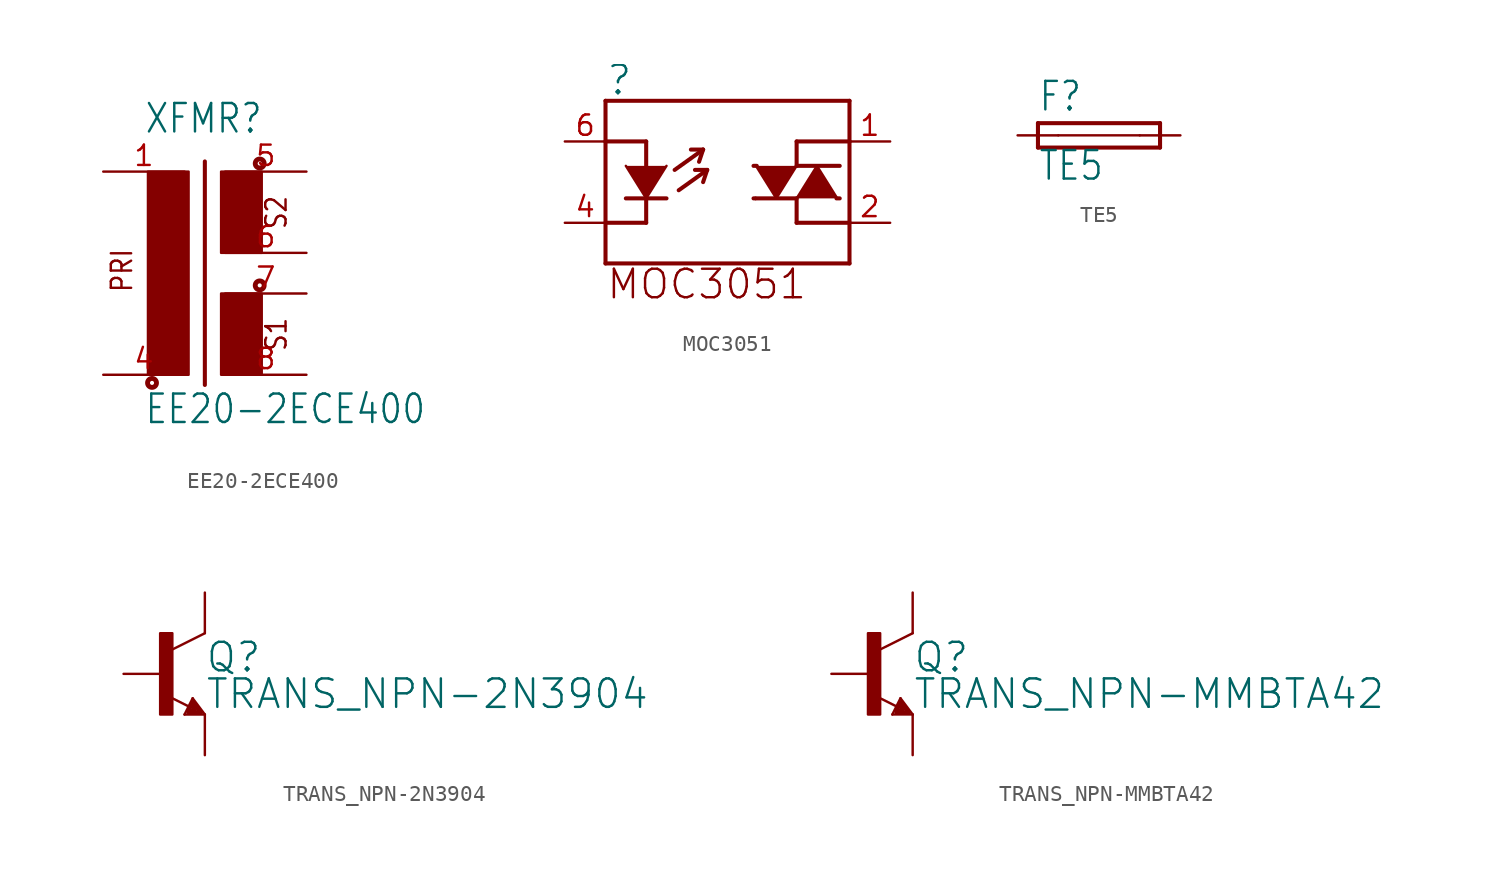
<source format=kicad_sym>
(kicad_symbol_lib
  (version 20220331)
  (generator kicad_symbol_editor)
  (symbol "EE20-2ECE400"
    (property "Reference" "XFMR"
      (at -2.54 7.366 0)
      (effects (font (size 1.778 1.511)) (justify left bottom)))
    (property "Value" "EE20-2ECE400"
      (at -2.54 -10.795 0)
      (effects (font (size 1.778 1.511)) (justify left bottom)))
    (property "ki_locked" ""
      (at 0 0 0)
      (effects (font (size 1.27 1.27))))
    (symbol "EE20-2ECE400_1_0"
      (rectangle (start -2.286 -7.62) (end 0.254 5.08) (stroke (width 0) (type default)) (fill (type outline)))
      (circle (center -2.032 -8.128) (radius 0.127) (stroke (width 0.305) (type solid)) (fill (type none)))
      (polyline (pts (xy 1.27 5.715) (xy 1.27 -8.255)) (stroke (width 0.254) (type solid)) (fill (type none)))
      (rectangle (start 2.286 -7.62) (end 4.826 -2.54) (stroke (width 0) (type default)) (fill (type outline)))
      (rectangle (start 2.286 0) (end 4.826 5.08) (stroke (width 0) (type default)) (fill (type outline)))
      (circle (center 4.699 -2.032) (radius 0.127) (stroke (width 0.305) (type solid)) (fill (type none)))
      (circle (center 4.699 5.588) (radius 0.127) (stroke (width 0.305) (type solid)) (fill (type none)))
      (text "PRI" (at -3.175 -2.54 900) (effects (font (size 1.27 1.079)) (justify left bottom)))
      (text "S1" (at 6.477 -6.223 900) (effects (font (size 1.27 1.079)) (justify left bottom)))
      (text "S2" (at 6.477 1.397 900) (effects (font (size 1.27 1.079)) (justify left bottom)))
      (pin passive line (at -5.08 5.08 0) (length 5.08) (name "1" (effects (font (size 0 0)))) (number "1" (effects (font (size 1.27 1.27)))))
      (pin passive line (at -5.08 -7.62 0) (length 5.08) (name "2" (effects (font (size 0 0)))) (number "4" (effects (font (size 1.27 1.27)))))
      (pin passive line (at 7.62 5.08 180) (length 5.08) (name "6" (effects (font (size 0 0)))) (number "5" (effects (font (size 1.27 1.27)))))
      (pin passive line (at 7.62 0 180) (length 5.08) (name "5" (effects (font (size 0 0)))) (number "6" (effects (font (size 1.27 1.27)))))
      (pin passive line (at 7.62 -2.54 180) (length 5.08) (name "4" (effects (font (size 0 0)))) (number "7" (effects (font (size 1.27 1.27)))))
      (pin passive line (at 7.62 -7.62 180) (length 5.08) (name "3" (effects (font (size 0 0)))) (number "8" (effects (font (size 1.27 1.27)))))))
  (symbol "MOC3051"
    (property "Reference" ""
      (at -7.62 5.334 0)
      (effects (font (size 1.778 1.778)) (justify left bottom)))
    (property "ki_locked" ""
      (at 0 0 0)
      (effects (font (size 1.27 1.27))))
    (symbol "MOC3051_1_0"
      (polyline (pts (xy -7.62 -5.08) (xy -7.62 -2.54)) (stroke (width 0.254) (type solid)) (fill (type none)))
      (polyline (pts (xy -7.62 -2.54) (xy -7.62 2.54)) (stroke (width 0.254) (type solid)) (fill (type none)))
      (polyline (pts (xy -7.62 2.54) (xy -7.62 5.08)) (stroke (width 0.254) (type solid)) (fill (type none)))
      (polyline (pts (xy -7.62 2.54) (xy -5.08 2.54)) (stroke (width 0.254) (type solid)) (fill (type none)))
      (polyline (pts (xy -7.62 5.08) (xy 7.62 5.08)) (stroke (width 0.254) (type solid)) (fill (type none)))
      (polyline (pts (xy -6.35 -1.016) (xy -5.08 -1.016)) (stroke (width 0.254) (type solid)) (fill (type none)))
      (polyline (pts (xy -5.08 -2.54) (xy -7.62 -2.54)) (stroke (width 0.254) (type solid)) (fill (type none)))
      (polyline (pts (xy -5.08 -2.54) (xy -5.08 -1.016)) (stroke (width 0.254) (type solid)) (fill (type none)))
      (polyline (pts (xy -5.08 -1.016) (xy -5.08 2.54)) (stroke (width 0.254) (type solid)) (fill (type none)))
      (polyline (pts (xy -5.08 -1.016) (xy -3.81 -1.016)) (stroke (width 0.254) (type solid)) (fill (type none)))
      (polyline (pts (xy -3.302 0.762) (xy -1.524 2.032)) (stroke (width 0.254) (type solid)) (fill (type none)))
      (polyline (pts (xy -3.048 -0.508) (xy -1.27 0.762)) (stroke (width 0.254) (type solid)) (fill (type none)))
      (polyline (pts (xy -1.524 2.032) (xy -2.286 2.032)) (stroke (width 0.254) (type solid)) (fill (type none)))
      (polyline (pts (xy -1.524 2.032) (xy -1.778 1.27)) (stroke (width 0.254) (type solid)) (fill (type none)))
      (polyline (pts (xy -1.27 0.762) (xy -2.032 0.762)) (stroke (width 0.254) (type solid)) (fill (type none)))
      (polyline (pts (xy -1.27 0.762) (xy -1.524 0)) (stroke (width 0.254) (type solid)) (fill (type none)))
      (polyline (pts (xy 1.727 -1.016) (xy 1.626 -1.016)) (stroke (width 0.254) (type solid)) (fill (type none)))
      (polyline (pts (xy 1.778 -1.016) (xy 4.318 -1.016)) (stroke (width 0.254) (type solid)) (fill (type none)))
      (polyline (pts (xy 1.829 1.016) (xy 1.626 1.016)) (stroke (width 0.254) (type solid)) (fill (type none)))
      (polyline (pts (xy 4.318 -2.54) (xy 4.318 -1.016)) (stroke (width 0.254) (type solid)) (fill (type none)))
      (polyline (pts (xy 4.318 1.016) (xy 4.318 2.54)) (stroke (width 0.254) (type solid)) (fill (type none)))
      (polyline (pts (xy 6.807 -1.016) (xy 7.01 -1.016)) (stroke (width 0.254) (type solid)) (fill (type none)))
      (polyline (pts (xy 7.01 1.016) (xy 4.318 1.016)) (stroke (width 0.254) (type solid)) (fill (type none)))
      (polyline (pts (xy 7.62 -5.08) (xy -7.62 -5.08)) (stroke (width 0.254) (type solid)) (fill (type none)))
      (polyline (pts (xy 7.62 -2.54) (xy 4.318 -2.54)) (stroke (width 0.254) (type solid)) (fill (type none)))
      (polyline (pts (xy 7.62 -2.54) (xy 7.62 -5.08)) (stroke (width 0.254) (type solid)) (fill (type none)))
      (polyline (pts (xy 7.62 2.54) (xy 4.318 2.54)) (stroke (width 0.254) (type solid)) (fill (type none)))
      (polyline (pts (xy 7.62 2.54) (xy 7.62 -2.54)) (stroke (width 0.254) (type solid)) (fill (type none)))
      (polyline (pts (xy 7.62 5.08) (xy 7.62 2.54)) (stroke (width 0.254) (type solid)) (fill (type none)))
      (polyline (pts (xy -6.35 1.016) (xy -5.08 -1.016) (xy -3.81 1.016)) (stroke (width 0) (type default)) (fill (type outline)))
      (polyline (pts (xy 1.778 1.016) (xy 3.048 -1.016) (xy 4.318 1.016)) (stroke (width 0) (type default)) (fill (type outline)))
      (polyline (pts (xy 6.858 -1.016) (xy 5.588 1.016) (xy 4.318 -1.016)) (stroke (width 0) (type default)) (fill (type outline)))
      (text "MOC3051" (at -7.62 -5.334 0) (effects (font (size 1.778 1.778)) (justify left top)))
      (pin bidirectional line (at 10.16 2.54 180) (length 2.54) (name "1" (effects (font (size 0 0)))) (number "1" (effects (font (size 1.27 1.27)))))
      (pin bidirectional line (at 10.16 -2.54 180) (length 2.54) (name "2" (effects (font (size 0 0)))) (number "2" (effects (font (size 1.27 1.27)))))
      (pin bidirectional line (at -10.16 -2.54 0) (length 2.54) (name "4" (effects (font (size 0 0)))) (number "4" (effects (font (size 1.27 1.27)))))
      (pin bidirectional line (at -10.16 2.54 0) (length 2.54) (name "6" (effects (font (size 0 0)))) (number "6" (effects (font (size 1.27 1.27)))))))
  (symbol "TE5"
    (property "Reference" "F"
      (at -3.81 1.397 0)
      (effects (font (size 1.778 1.511)) (justify left bottom)))
    (property "Value" "TE5"
      (at -3.81 -2.921 0)
      (effects (font (size 1.778 1.511)) (justify left bottom)))
    (property "ki_locked" ""
      (at 0 0 0)
      (effects (font (size 1.27 1.27))))
    (symbol "TE5_1_0"
      (polyline (pts (xy -3.81 -0.762) (xy 3.81 -0.762)) (stroke (width 0.254) (type solid)) (fill (type none)))
      (polyline (pts (xy -3.81 0.762) (xy -3.81 -0.762)) (stroke (width 0.254) (type solid)) (fill (type none)))
      (polyline (pts (xy -2.54 0) (xy 2.54 0)) (stroke (width 0.152) (type solid)) (fill (type none)))
      (polyline (pts (xy 3.81 -0.762) (xy 3.81 0.762)) (stroke (width 0.254) (type solid)) (fill (type none)))
      (polyline (pts (xy 3.81 0.762) (xy -3.81 0.762)) (stroke (width 0.254) (type solid)) (fill (type none)))
      (pin passive line (at -5.08 0 0) (length 2.54) (name "1" (effects (font (size 0 0)))) (number "1" (effects (font (size 0 0)))))
      (pin passive line (at 5.08 0 180) (length 2.54) (name "2" (effects (font (size 0 0)))) (number "2" (effects (font (size 0 0)))))))
  (symbol "TRANS_NPN-2N3904"
    (property "Reference" "Q"
      (at 2.54 0 0)
      (effects (font (size 1.778 1.778)) (justify left bottom)))
    (property "Value" "TRANS_NPN-2N3904"
      (at 2.54 -2.286 0)
      (effects (font (size 1.778 1.778)) (justify left bottom)))
    (property "ki_locked" ""
      (at 0 0 0)
      (effects (font (size 1.27 1.27))))
    (symbol "TRANS_NPN-2N3904_1_0"
      (rectangle (start -0.254 -2.54) (end 0.508 2.54) (stroke (width 0) (type default)) (fill (type outline)))
      (polyline (pts (xy 1.27 -2.54) (xy 1.778 -1.524)) (stroke (width 0.152) (type solid)) (fill (type none)))
      (polyline (pts (xy 1.524 -2.413) (xy 2.286 -2.413)) (stroke (width 0.254) (type solid)) (fill (type none)))
      (polyline (pts (xy 1.524 -2.286) (xy 1.905 -2.286)) (stroke (width 0.254) (type solid)) (fill (type none)))
      (polyline (pts (xy 1.54 -2.04) (xy 0.308 -1.424)) (stroke (width 0.152) (type solid)) (fill (type none)))
      (polyline (pts (xy 1.778 -1.778) (xy 1.524 -2.286)) (stroke (width 0.254) (type solid)) (fill (type none)))
      (polyline (pts (xy 1.778 -1.524) (xy 2.54 -2.54)) (stroke (width 0.152) (type solid)) (fill (type none)))
      (polyline (pts (xy 1.905 -2.286) (xy 1.778 -2.032)) (stroke (width 0.254) (type solid)) (fill (type none)))
      (polyline (pts (xy 2.286 -2.413) (xy 1.778 -1.778)) (stroke (width 0.254) (type solid)) (fill (type none)))
      (polyline (pts (xy 2.54 -2.54) (xy 1.27 -2.54)) (stroke (width 0.152) (type solid)) (fill (type none)))
      (polyline (pts (xy 2.54 2.54) (xy 0.508 1.524)) (stroke (width 0.152) (type solid)) (fill (type none)))
      (pin passive line (at 2.54 -5.08 90) (length 2.54) (name "E" (effects (font (size 0 0)))) (number "1" (effects (font (size 0 0)))))
      (pin passive line (at -2.54 0 0) (length 2.54) (name "B" (effects (font (size 0 0)))) (number "2" (effects (font (size 0 0)))))
      (pin passive line (at 2.54 5.08 270) (length 2.54) (name "C" (effects (font (size 0 0)))) (number "3" (effects (font (size 0 0)))))))
  (symbol "TRANS_NPN-MMBTA42"
    (property "Reference" "Q"
      (at 2.54 0 0)
      (effects (font (size 1.778 1.778)) (justify left bottom)))
    (property "Value" "TRANS_NPN-MMBTA42"
      (at 2.54 -2.286 0)
      (effects (font (size 1.778 1.778)) (justify left bottom)))
    (property "ki_locked" ""
      (at 0 0 0)
      (effects (font (size 1.27 1.27))))
    (symbol "TRANS_NPN-MMBTA42_1_0"
      (rectangle (start -0.254 -2.54) (end 0.508 2.54) (stroke (width 0) (type default)) (fill (type outline)))
      (polyline (pts (xy 1.27 -2.54) (xy 1.778 -1.524)) (stroke (width 0.152) (type solid)) (fill (type none)))
      (polyline (pts (xy 1.524 -2.413) (xy 2.286 -2.413)) (stroke (width 0.254) (type solid)) (fill (type none)))
      (polyline (pts (xy 1.524 -2.286) (xy 1.905 -2.286)) (stroke (width 0.254) (type solid)) (fill (type none)))
      (polyline (pts (xy 1.54 -2.04) (xy 0.308 -1.424)) (stroke (width 0.152) (type solid)) (fill (type none)))
      (polyline (pts (xy 1.778 -1.778) (xy 1.524 -2.286)) (stroke (width 0.254) (type solid)) (fill (type none)))
      (polyline (pts (xy 1.778 -1.524) (xy 2.54 -2.54)) (stroke (width 0.152) (type solid)) (fill (type none)))
      (polyline (pts (xy 1.905 -2.286) (xy 1.778 -2.032)) (stroke (width 0.254) (type solid)) (fill (type none)))
      (polyline (pts (xy 2.286 -2.413) (xy 1.778 -1.778)) (stroke (width 0.254) (type solid)) (fill (type none)))
      (polyline (pts (xy 2.54 -2.54) (xy 1.27 -2.54)) (stroke (width 0.152) (type solid)) (fill (type none)))
      (polyline (pts (xy 2.54 2.54) (xy 0.508 1.524)) (stroke (width 0.152) (type solid)) (fill (type none)))
      (pin passive line (at -2.54 0 0) (length 2.54) (name "B" (effects (font (size 0 0)))) (number "1" (effects (font (size 0 0)))))
      (pin passive line (at 2.54 -5.08 90) (length 2.54) (name "E" (effects (font (size 0 0)))) (number "2" (effects (font (size 0 0)))))
      (pin passive line (at 2.54 5.08 270) (length 2.54) (name "C" (effects (font (size 0 0)))) (number "3" (effects (font (size 0 0))))))))
</source>
